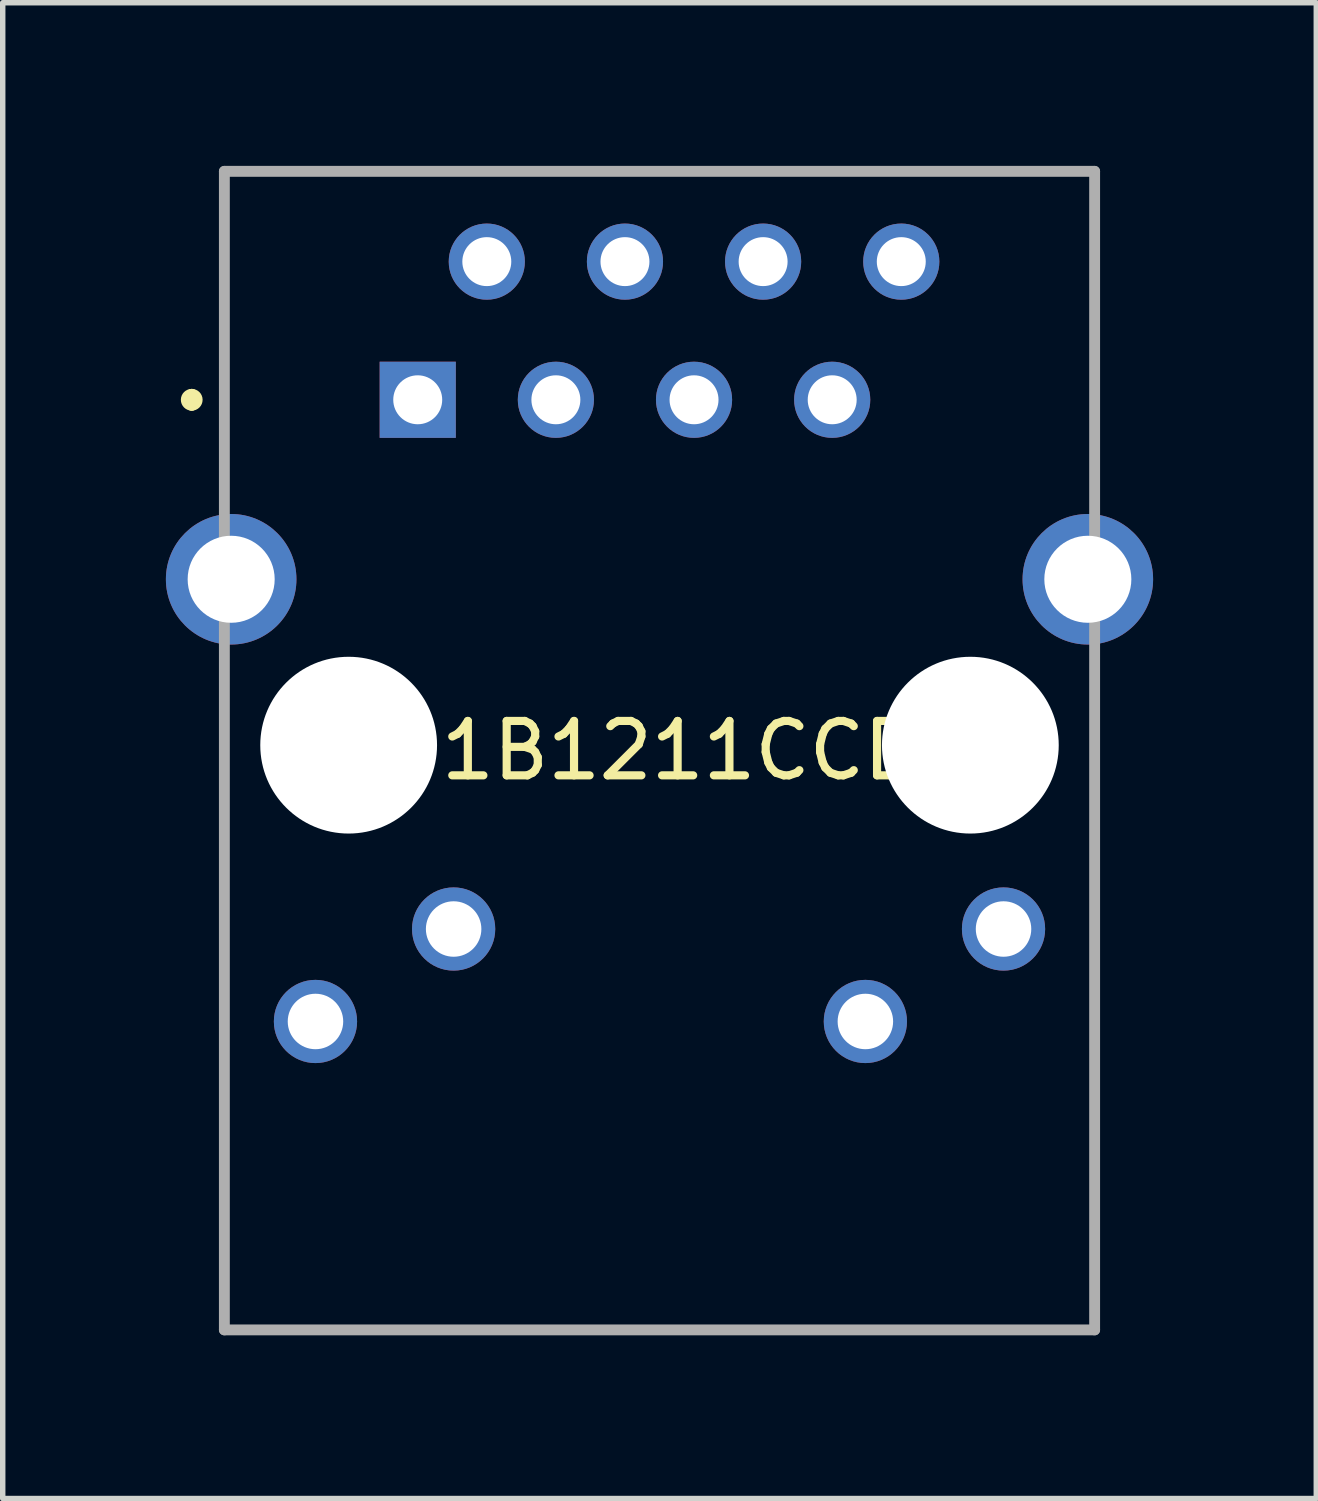
<source format=kicad_pcb>
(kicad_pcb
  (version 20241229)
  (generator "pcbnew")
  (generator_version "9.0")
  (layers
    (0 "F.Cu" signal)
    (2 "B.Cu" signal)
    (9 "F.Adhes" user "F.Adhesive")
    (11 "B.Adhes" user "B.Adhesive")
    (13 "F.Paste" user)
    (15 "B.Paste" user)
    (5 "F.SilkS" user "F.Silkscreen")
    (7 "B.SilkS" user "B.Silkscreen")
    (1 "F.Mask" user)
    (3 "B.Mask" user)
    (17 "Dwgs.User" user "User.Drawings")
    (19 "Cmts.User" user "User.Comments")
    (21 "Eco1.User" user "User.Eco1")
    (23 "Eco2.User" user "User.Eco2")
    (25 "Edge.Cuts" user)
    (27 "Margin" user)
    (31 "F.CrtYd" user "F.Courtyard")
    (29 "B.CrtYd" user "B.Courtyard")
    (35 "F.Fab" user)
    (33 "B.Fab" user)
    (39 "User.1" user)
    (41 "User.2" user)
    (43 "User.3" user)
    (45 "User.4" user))
  (footprint "J1B1211CCD"
    (layer "F.Cu")
    (at 9.075 10.75)
    (property "Reference" "J1B1211CCD" (at 0 0 0) (layer "F.SilkS") (effects (font (size 1 1) (thickness 0.15))))
    (attr through_hole)
    (fp_line (start -8.6 -6.55) (end -8.6 -6.55) (stroke (width 0.2) (type solid)) (layer "F.SilkS"))
    (fp_line (start -8.6 -6.35) (end -8.6 -6.35) (stroke (width 0.2) (type solid)) (layer "F.SilkS"))
    (fp_line (start -8 -10.65) (end 8 -10.65) (stroke (width 0.1) (type solid)) (layer "F.SilkS"))
    (fp_line (start -8 -4.85) (end -8 -10.65) (stroke (width 0.1) (type solid)) (layer "F.SilkS"))
    (fp_line (start -8 -1.35) (end -8 10.65) (stroke (width 0.1) (type solid)) (layer "F.SilkS"))
    (fp_line (start -8 10.65) (end 8 10.65) (stroke (width 0.1) (type solid)) (layer "F.SilkS"))
    (fp_line (start 8 -10.65) (end 8 -4.85) (stroke (width 0.1) (type solid)) (layer "F.SilkS"))
    (fp_line (start 8 10.65) (end 8 -1.35) (stroke (width 0.1) (type solid)) (layer "F.SilkS"))
    (fp_arc (start -8.6 -6.55) (mid -8.5 -6.45) (end -8.6 -6.35) (stroke (width 0.2) (type solid)) (layer "F.SilkS"))
    (fp_arc (start -8.6 -6.35) (mid -8.7 -6.45) (end -8.6 -6.55) (stroke (width 0.2) (type solid)) (layer "F.SilkS"))
    (fp_line (start -8 -10.65) (end 8 -10.65) (stroke (width 0.2) (type solid)) (layer "F.Fab"))
    (fp_line (start -8 10.65) (end -8 -10.65) (stroke (width 0.2) (type solid)) (layer "F.Fab"))
    (fp_line (start 8 -10.65) (end 8 10.65) (stroke (width 0.2) (type solid)) (layer "F.Fab"))
    (fp_line (start 8 10.65) (end -8 10.65) (stroke (width 0.2) (type solid)) (layer "F.Fab"))
    (pad "" np_thru_hole circle (at -5.715 -0.1) (size 3.25 3.25) (drill 3.25) (layers "*.Cu" "*.Mask"))
    (pad "" np_thru_hole circle (at 5.715 -0.1) (size 3.25 3.25) (drill 3.25) (layers "*.Cu" "*.Mask"))
    (pad "1" thru_hole rect (at -4.445 -6.45) (size 1.4 1.4) (drill 0.9) (layers "*.Cu" "*.Mask"))
    (pad "2" thru_hole circle (at -3.175 -8.99) (size 1.4 1.4) (drill 0.9) (layers "*.Cu" "*.Mask"))
    (pad "3" thru_hole circle (at -1.905 -6.45) (size 1.4 1.4) (drill 0.9) (layers "*.Cu" "*.Mask"))
    (pad "4" thru_hole circle (at -0.635 -8.99) (size 1.4 1.4) (drill 0.9) (layers "*.Cu" "*.Mask"))
    (pad "5" thru_hole circle (at 0.635 -6.45) (size 1.4 1.4) (drill 0.9) (layers "*.Cu" "*.Mask"))
    (pad "6" thru_hole circle (at 1.905 -8.99) (size 1.4 1.4) (drill 0.9) (layers "*.Cu" "*.Mask"))
    (pad "7" thru_hole circle (at 3.175 -6.45) (size 1.4 1.4) (drill 0.9) (layers "*.Cu" "*.Mask"))
    (pad "8" thru_hole circle (at 4.445 -8.99) (size 1.4 1.4) (drill 0.9) (layers "*.Cu" "*.Mask"))
    (pad "9" thru_hole circle (at -6.325 4.98) (size 1.53 1.53) (drill 1.02) (layers "*.Cu" "*.Mask"))
    (pad "10" thru_hole circle (at -3.785 3.28) (size 1.53 1.53) (drill 1.02) (layers "*.Cu" "*.Mask"))
    (pad "11" thru_hole circle (at 3.785 4.98) (size 1.53 1.53) (drill 1.02) (layers "*.Cu" "*.Mask"))
    (pad "12" thru_hole circle (at 6.325 3.28) (size 1.53 1.53) (drill 1.02) (layers "*.Cu" "*.Mask"))
    (pad "13" thru_hole circle (at -7.875 -3.15) (size 2.4 2.4) (drill 1.6) (layers "*.Cu" "*.Mask"))
    (pad "14" thru_hole circle (at 7.875 -3.15) (size 2.4 2.4) (drill 1.6) (layers "*.Cu" "*.Mask")))
  (gr_rect
    (start -3 -3)
    (end 21.15 24.5)
    (stroke (width 0.1) (type default))
    (fill no)
    (layer "Edge.Cuts")))
</source>
